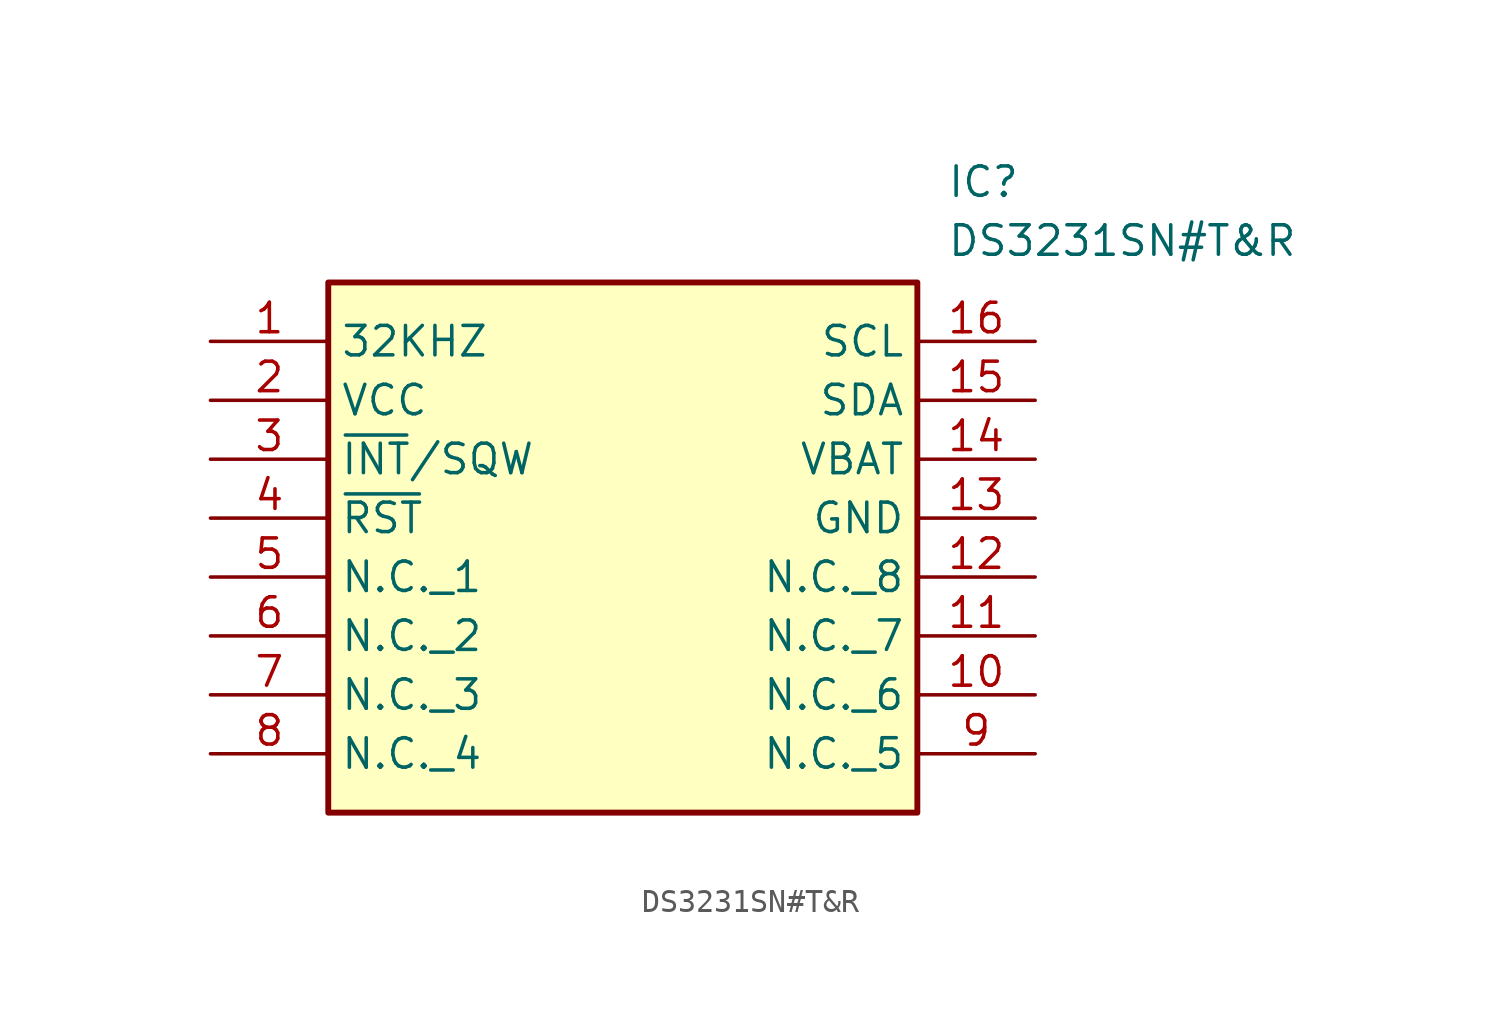
<source format=kicad_sym>
(kicad_symbol_lib
  (version 20211014)
  (generator SamacSys_ECAD_Model)
  (symbol "DS3231SN#T&R"
    (property "Reference" "IC"
      (at 31.75 7.62 0)
      (effects (font (size 1.27 1.27)) (justify left top)))
    (property "Value" "DS3231SN#T&R"
      (at 31.75 5.08 0)
      (effects (font (size 1.27 1.27)) (justify left top)))
    (rectangle
      (start 5.08 2.54)
      (end 30.48 -20.32)
      (stroke (width 0.254) (type default))
      (fill (type background)))
    (pin passive line
      (at 0 0 0)
      (length 5.08)
      (name "32KHZ" (effects (font (size 1.27 1.27))))
      (number "1" (effects (font (size 1.27 1.27)))))
    (pin passive line
      (at 0 -2.54 0)
      (length 5.08)
      (name "VCC" (effects (font (size 1.27 1.27))))
      (number "2" (effects (font (size 1.27 1.27)))))
    (pin passive line
      (at 0 -5.08 0)
      (length 5.08)
      (name "~{INT}/SQW" (effects (font (size 1.27 1.27))))
      (number "3" (effects (font (size 1.27 1.27)))))
    (pin passive line
      (at 0 -7.62 0)
      (length 5.08)
      (name "~{RST}" (effects (font (size 1.27 1.27))))
      (number "4" (effects (font (size 1.27 1.27)))))
    (pin passive line
      (at 0 -10.16 0)
      (length 5.08)
      (name "N.C._1" (effects (font (size 1.27 1.27))))
      (number "5" (effects (font (size 1.27 1.27)))))
    (pin passive line
      (at 0 -12.7 0)
      (length 5.08)
      (name "N.C._2" (effects (font (size 1.27 1.27))))
      (number "6" (effects (font (size 1.27 1.27)))))
    (pin passive line
      (at 0 -15.24 0)
      (length 5.08)
      (name "N.C._3" (effects (font (size 1.27 1.27))))
      (number "7" (effects (font (size 1.27 1.27)))))
    (pin passive line
      (at 0 -17.78 0)
      (length 5.08)
      (name "N.C._4" (effects (font (size 1.27 1.27))))
      (number "8" (effects (font (size 1.27 1.27)))))
    (pin passive line
      (at 35.56 0 180)
      (length 5.08)
      (name "SCL" (effects (font (size 1.27 1.27))))
      (number "16" (effects (font (size 1.27 1.27)))))
    (pin passive line
      (at 35.56 -2.54 180)
      (length 5.08)
      (name "SDA" (effects (font (size 1.27 1.27))))
      (number "15" (effects (font (size 1.27 1.27)))))
    (pin passive line
      (at 35.56 -5.08 180)
      (length 5.08)
      (name "VBAT" (effects (font (size 1.27 1.27))))
      (number "14" (effects (font (size 1.27 1.27)))))
    (pin passive line
      (at 35.56 -7.62 180)
      (length 5.08)
      (name "GND" (effects (font (size 1.27 1.27))))
      (number "13" (effects (font (size 1.27 1.27)))))
    (pin passive line
      (at 35.56 -10.16 180)
      (length 5.08)
      (name "N.C._8" (effects (font (size 1.27 1.27))))
      (number "12" (effects (font (size 1.27 1.27)))))
    (pin passive line
      (at 35.56 -12.7 180)
      (length 5.08)
      (name "N.C._7" (effects (font (size 1.27 1.27))))
      (number "11" (effects (font (size 1.27 1.27)))))
    (pin passive line
      (at 35.56 -15.24 180)
      (length 5.08)
      (name "N.C._6" (effects (font (size 1.27 1.27))))
      (number "10" (effects (font (size 1.27 1.27)))))
    (pin passive line
      (at 35.56 -17.78 180)
      (length 5.08)
      (name "N.C._5" (effects (font (size 1.27 1.27))))
      (number "9" (effects (font (size 1.27 1.27)))))))
</source>
